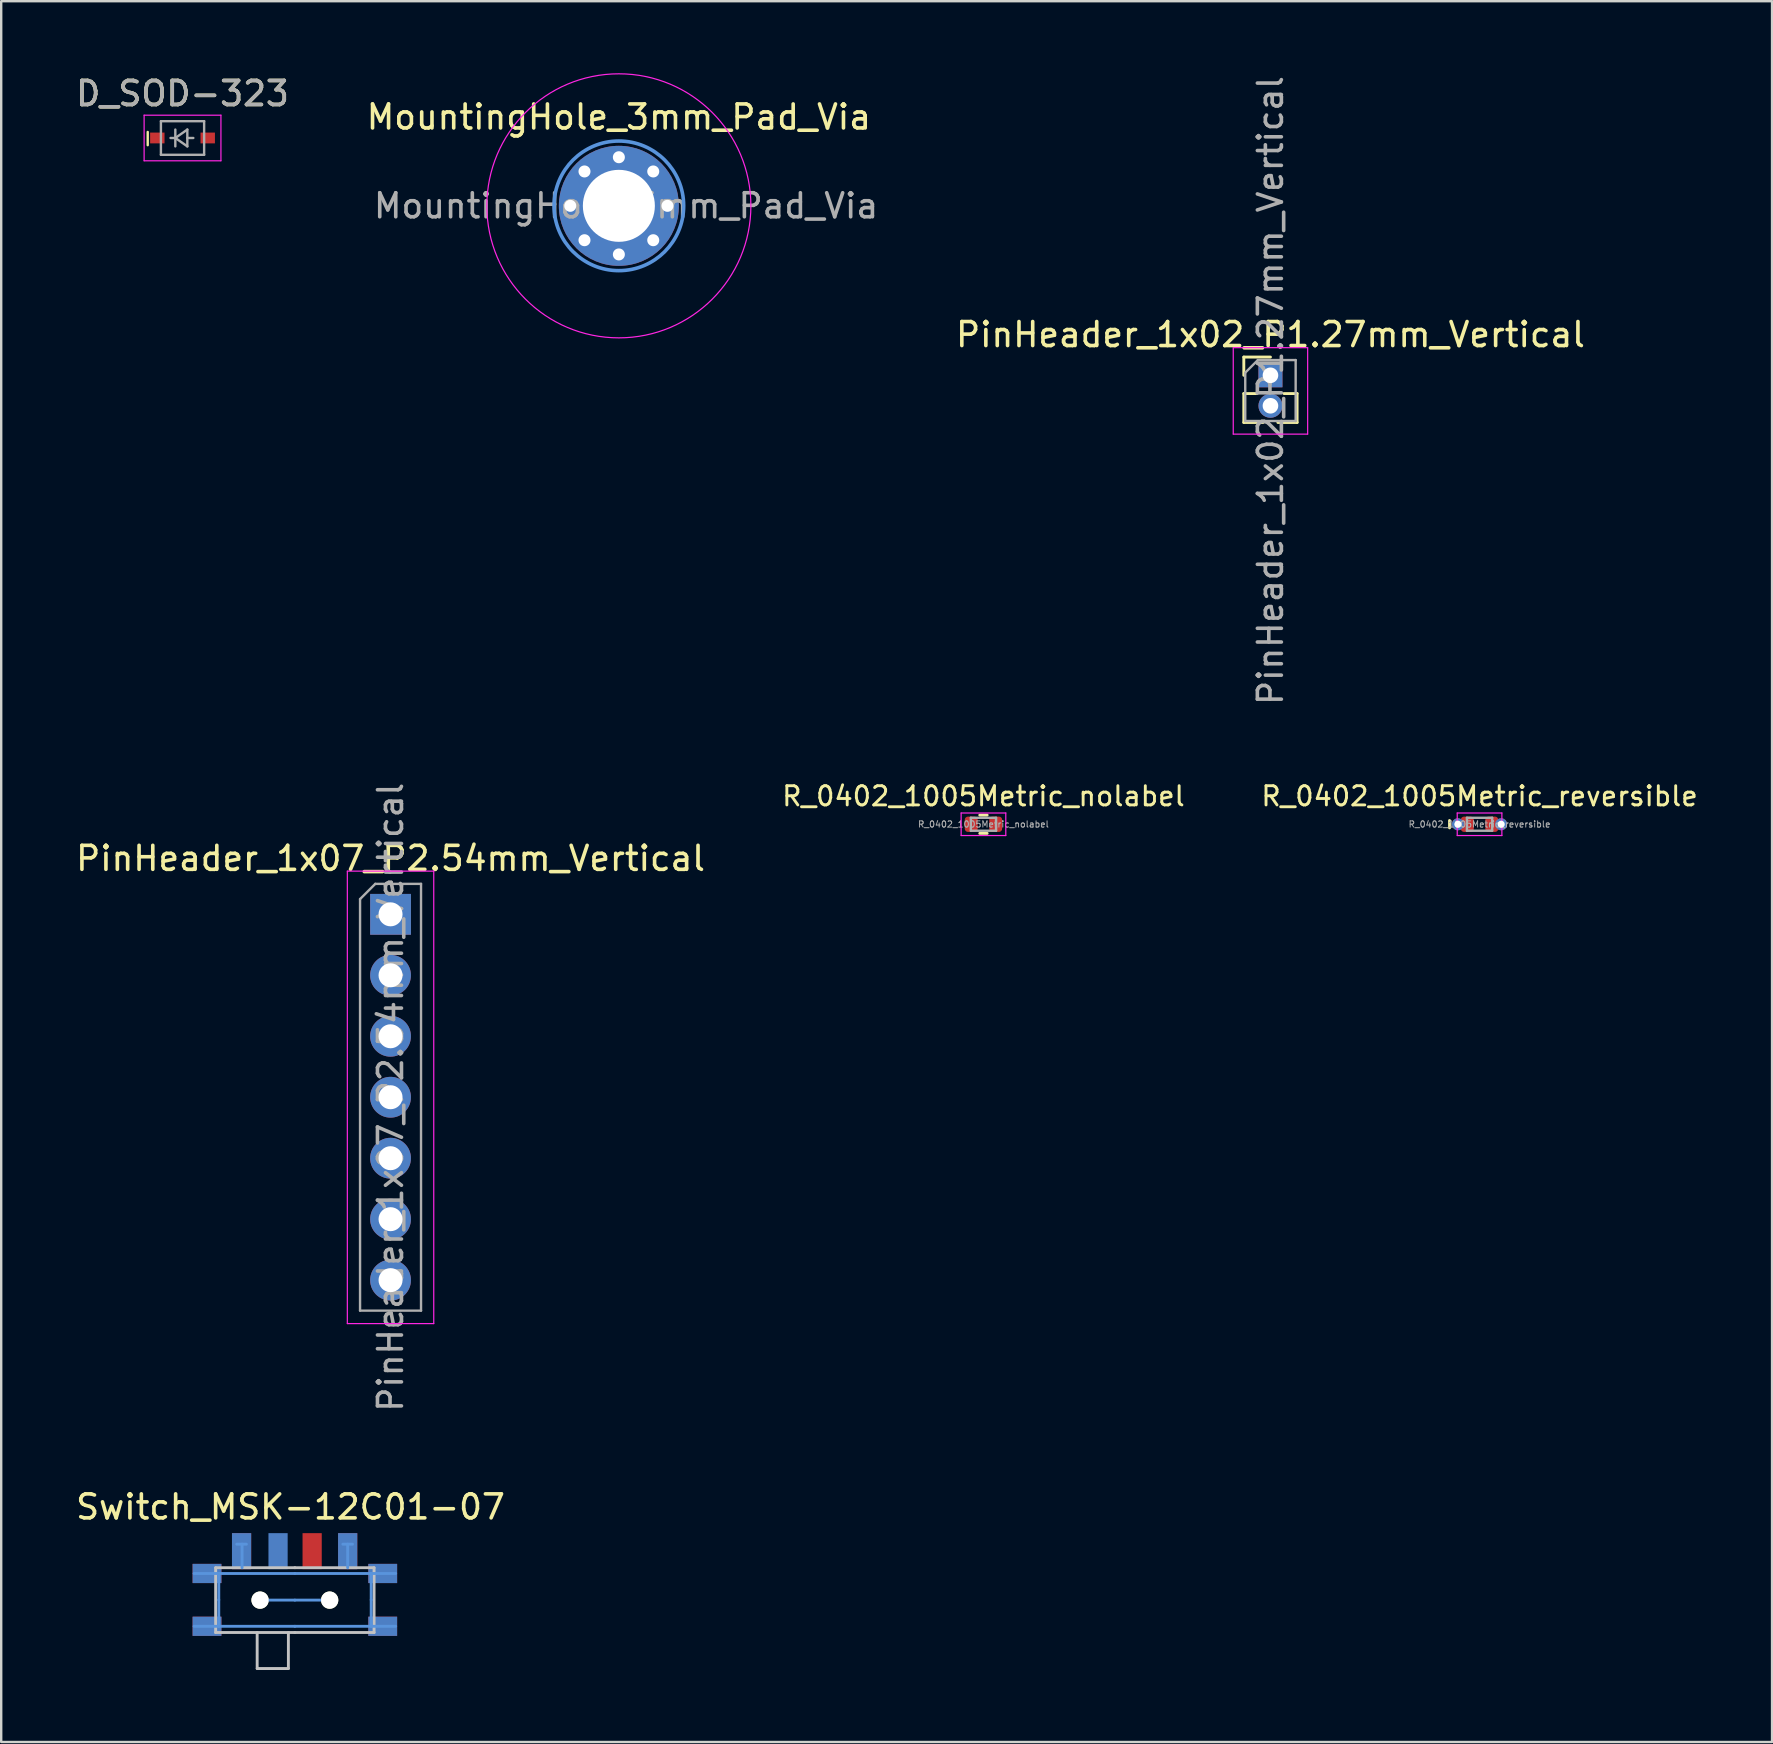
<source format=kicad_pcb>
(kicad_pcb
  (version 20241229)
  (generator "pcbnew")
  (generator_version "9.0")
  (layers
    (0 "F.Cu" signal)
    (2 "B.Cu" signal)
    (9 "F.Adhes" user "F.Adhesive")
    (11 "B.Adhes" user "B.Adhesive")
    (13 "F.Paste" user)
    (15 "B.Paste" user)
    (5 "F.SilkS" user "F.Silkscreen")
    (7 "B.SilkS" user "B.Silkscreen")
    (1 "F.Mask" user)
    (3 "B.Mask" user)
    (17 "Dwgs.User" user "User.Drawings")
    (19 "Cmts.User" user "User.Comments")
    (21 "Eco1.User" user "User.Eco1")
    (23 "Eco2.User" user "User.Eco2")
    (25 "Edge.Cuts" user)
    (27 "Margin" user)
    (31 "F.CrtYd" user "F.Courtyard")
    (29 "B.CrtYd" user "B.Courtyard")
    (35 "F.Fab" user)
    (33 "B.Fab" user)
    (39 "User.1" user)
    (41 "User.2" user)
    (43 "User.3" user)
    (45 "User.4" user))
  (footprint "R_0402_1005Metric_reversible"
    (layer "F.Cu")
    (at 58.588 31.289)
    (property "Reference" "R_0402_1005Metric_reversible" (at 0 -1.17 0) (layer "F.SilkS") (effects (font (size 0.8 0.8) (thickness 0.12))))
    (attr smd)
    (fp_line (start -1.25 0.15) (end -1.25 -0.157) (stroke (width 0.12) (type solid)) (layer "F.SilkS"))
    (fp_line (start -0.93 -0.47) (end 0.93 -0.47) (stroke (width 0.05) (type solid)) (layer "F.CrtYd"))
    (fp_line (start -0.93 0.47) (end -0.93 -0.47) (stroke (width 0.05) (type solid)) (layer "F.CrtYd"))
    (fp_line (start 0.93 -0.47) (end 0.93 0.47) (stroke (width 0.05) (type solid)) (layer "F.CrtYd"))
    (fp_line (start 0.93 0.47) (end -0.93 0.47) (stroke (width 0.05) (type solid)) (layer "F.CrtYd"))
    (fp_line (start -0.525 -0.27) (end 0.525 -0.27) (stroke (width 0.1) (type solid)) (layer "F.Fab"))
    (fp_line (start -0.525 0.27) (end -0.525 -0.27) (stroke (width 0.1) (type solid)) (layer "F.Fab"))
    (fp_line (start 0.525 -0.27) (end 0.525 0.27) (stroke (width 0.1) (type solid)) (layer "F.Fab"))
    (fp_line (start 0.525 0.27) (end -0.525 0.27) (stroke (width 0.1) (type solid)) (layer "F.Fab"))
    (fp_text user "${REFERENCE}" (at 0 0 0) (layer "F.Fab") (effects (font (size 0.26 0.26) (thickness 0.04))))
    (pad "1" thru_hole circle (at -0.9 0) (size 0.5 0.5) (drill 0.3) (layers "*.Cu" "*.Mask"))
    (pad "1" smd roundrect (at -0.51 0) (size 0.54 0.64) (layers "F.Cu" "F.Mask" "F.Paste") (roundrect_rratio 0.25))
    (pad "2" smd roundrect (at 0.51 0) (size 0.54 0.64) (layers "F.Cu" "F.Mask" "F.Paste") (roundrect_rratio 0.25))
    (pad "2" thru_hole circle (at 0.9 0) (size 0.5 0.5) (drill 0.3) (layers "*.Cu" "*.Mask")))
  (footprint "D_SOD-323"
    (layer "F.Cu")
    (at 4.554 2.698)
    (property "Reference" "D_SOD-323" (at 0 -1.85 0) (layer "F.SilkS") (effects (font (size 1 1) (thickness 0.15))))
    (attr smd)
    (fp_line (start -1.45 -0.25) (end -1.45 0.3) (stroke (width 0.1) (type default)) (layer "F.SilkS"))
    (fp_line (start -1.6 -0.95) (end -1.6 0.95) (stroke (width 0.05) (type solid)) (layer "F.CrtYd"))
    (fp_line (start -1.6 -0.95) (end 1.6 -0.95) (stroke (width 0.05) (type solid)) (layer "F.CrtYd"))
    (fp_line (start -1.6 0.95) (end 1.6 0.95) (stroke (width 0.05) (type solid)) (layer "F.CrtYd"))
    (fp_line (start 1.6 -0.95) (end 1.6 0.95) (stroke (width 0.05) (type solid)) (layer "F.CrtYd"))
    (fp_line (start -0.9 -0.7) (end 0.9 -0.7) (stroke (width 0.1) (type solid)) (layer "F.Fab"))
    (fp_line (start -0.9 0.7) (end -0.9 -0.7) (stroke (width 0.1) (type solid)) (layer "F.Fab"))
    (fp_line (start -0.3 -0.35) (end -0.3 0.35) (stroke (width 0.1) (type solid)) (layer "F.Fab"))
    (fp_line (start -0.3 0) (end -0.5 0) (stroke (width 0.1) (type solid)) (layer "F.Fab"))
    (fp_line (start -0.3 0) (end 0.2 -0.35) (stroke (width 0.1) (type solid)) (layer "F.Fab"))
    (fp_line (start 0.2 -0.35) (end 0.2 0.35) (stroke (width 0.1) (type solid)) (layer "F.Fab"))
    (fp_line (start 0.2 0) (end 0.45 0) (stroke (width 0.1) (type solid)) (layer "F.Fab"))
    (fp_line (start 0.2 0.35) (end -0.3 0) (stroke (width 0.1) (type solid)) (layer "F.Fab"))
    (fp_line (start 0.9 -0.7) (end 0.9 0.7) (stroke (width 0.1) (type solid)) (layer "F.Fab"))
    (fp_line (start 0.9 0.7) (end -0.9 0.7) (stroke (width 0.1) (type solid)) (layer "F.Fab"))
    (fp_text user "${REFERENCE}" (at 0 -1.85 0) (layer "F.Fab") (effects (font (size 1 1) (thickness 0.15))))
    (pad "1" smd rect (at -1.05 0) (size 0.6 0.45) (layers "F.Cu" "F.Mask" "F.Paste"))
    (pad "2" smd rect (at 1.05 0) (size 0.6 0.45) (layers "F.Cu" "F.Mask" "F.Paste")))
  (footprint "Switch_MSK-12C01-07"
    (layer "F.Cu")
    (at 9.234 63.611)
    (property "Reference" "Switch_MSK-12C01-07" (at -0.181 -3.882 0) (layer "F.SilkS") (effects (font (size 1 1) (thickness 0.15))))
    (attr through_hole)
    (fp_line (start -3.3 -1.35) (end -3.3 1.35) (stroke (width 0.12) (type solid)) (layer "Dwgs.User"))
    (fp_line (start -3.3 -1.35) (end 0 -1.35) (stroke (width 0.12) (type solid)) (layer "Dwgs.User"))
    (fp_line (start -3.3 1.35) (end 0 1.35) (stroke (width 0.12) (type solid)) (layer "Dwgs.User"))
    (fp_line (start -1.57 1.35) (end -1.57 2.85) (stroke (width 0.12) (type solid)) (layer "Dwgs.User"))
    (fp_line (start -1.57 2.85) (end -0.27 2.85) (stroke (width 0.12) (type solid)) (layer "Dwgs.User"))
    (fp_line (start -0.27 1.35) (end -0.27 2.85) (stroke (width 0.12) (type solid)) (layer "Dwgs.User"))
    (fp_line (start 0 -1.35) (end 3.3 -1.35) (stroke (width 0.12) (type solid)) (layer "Dwgs.User"))
    (fp_line (start 0 1.35) (end 3.3 1.35) (stroke (width 0.12) (type solid)) (layer "Dwgs.User"))
    (fp_line (start 3.3 -1.35) (end 3.3 1.35) (stroke (width 0.12) (type solid)) (layer "Dwgs.User"))
    (fp_line (start -4.2 -1.11) (end 0 -1.11) (stroke (width 0.12) (type solid)) (layer "Cmts.User"))
    (fp_line (start -4.2 1.09) (end 0 1.09) (stroke (width 0.12) (type solid)) (layer "Cmts.User"))
    (fp_line (start -3.17 -1.11) (end -3.17 -0.01) (stroke (width 0.12) (type solid)) (layer "Cmts.User"))
    (fp_line (start -3.17 -0.01) (end -3.17 1.09) (stroke (width 0.12) (type solid)) (layer "Cmts.User"))
    (fp_line (start -2.42 -2.33) (end -2.02 -2.33) (stroke (width 0.12) (type solid)) (layer "Cmts.User"))
    (fp_line (start -2.2 -2.33) (end -2.2 -1.35) (stroke (width 0.12) (type solid)) (layer "Cmts.User"))
    (fp_line (start -1.45 0) (end 0 0) (stroke (width 0.12) (type solid)) (layer "Cmts.User"))
    (fp_line (start 0 -1.11) (end 4.2 -1.11) (stroke (width 0.12) (type solid)) (layer "Cmts.User"))
    (fp_line (start 0 0) (end 1.45 0) (stroke (width 0.12) (type solid)) (layer "Cmts.User"))
    (fp_line (start 0 1.09) (end 4.2 1.09) (stroke (width 0.12) (type solid)) (layer "Cmts.User"))
    (fp_line (start 2 -2.33) (end 2.4 -2.33) (stroke (width 0.12) (type solid)) (layer "Cmts.User"))
    (fp_line (start 2.2 -2.33) (end 2.2 -1.35) (stroke (width 0.12) (type solid)) (layer "Cmts.User"))
    (fp_line (start 3.18 -1.11) (end 3.18 -0.01) (stroke (width 0.12) (type solid)) (layer "Cmts.User"))
    (fp_line (start 3.18 -0.01) (end 3.18 1.09) (stroke (width 0.12) (type solid)) (layer "Cmts.User"))
    (pad "" np_thru_hole circle (at -1.45 0) (size 0.72 0.72) (drill 0.72) (layers "*.Cu" "*.Mask" "F.SilkS"))
    (pad "" np_thru_hole circle (at 1.45 0) (size 0.72 0.72) (drill 0.72) (layers "*.Cu" "*.Mask" "F.SilkS"))
    (pad "1" smd rect (at -2.22 -2.04) (size 0.8 1.5) (layers "F.Cu" "F.Mask" "F.Paste"))
    (pad "1" smd rect (at 2.2 -2.04) (size 0.8 1.5) (layers "B.Cu" "B.Mask" "B.Paste"))
    (pad "2" smd rect (at -0.7 -2.04) (size 0.8 1.5) (layers "B.Cu" "B.Mask" "B.Paste"))
    (pad "2" smd rect (at 0.72 -2.04) (size 0.8 1.5) (layers "F.Cu" "F.Mask" "F.Paste"))
    (pad "3" smd rect (at -2.22 -2.04) (size 0.8 1.5) (layers "B.Cu" "B.Mask" "B.Paste"))
    (pad "3" smd rect (at 2.2 -2.04) (size 0.8 1.5) (layers "F.Cu" "F.Mask" "F.Paste"))
    (pad "4" smd rect (at -3.66 -1.11) (size 1.2 0.8) (layers "F.Cu" "F.Mask" "F.Paste"))
    (pad "4" smd rect (at -3.66 -1.11) (size 1.2 0.8) (layers "B.Cu" "B.Mask" "B.Paste"))
    (pad "4" smd rect (at -3.66 1.09) (size 1.2 0.8) (layers "F.Cu" "F.Mask" "F.Paste"))
    (pad "4" smd rect (at -3.66 1.09) (size 1.2 0.8) (layers "B.Cu" "B.Mask" "B.Paste"))
    (pad "4" smd rect (at 3.66 -1.11) (size 1.2 0.8) (layers "F.Cu" "F.Mask" "F.Paste"))
    (pad "4" smd rect (at 3.66 -1.11) (size 1.2 0.8) (layers "B.Cu" "B.Mask" "B.Paste"))
    (pad "4" smd rect (at 3.66 1.09) (size 1.2 0.8) (layers "F.Cu" "F.Mask" "F.Paste"))
    (pad "4" smd rect (at 3.66 1.09) (size 1.2 0.8) (layers "B.Cu" "B.Mask" "B.Paste")))
  (footprint "R_0402_1005Metric_nolabel"
    (layer "F.Cu")
    (at 37.921 31.289)
    (property "Reference" "R_0402_1005Metric_nolabel" (at 0 -1.17 0) (layer "F.SilkS") (effects (font (size 0.8 0.8) (thickness 0.12))))
    (attr smd)
    (fp_line (start -0.154 -0.38) (end 0.154 -0.38) (stroke (width 0.12) (type solid)) (layer "F.SilkS"))
    (fp_line (start -0.154 0.38) (end 0.154 0.38) (stroke (width 0.12) (type solid)) (layer "F.SilkS"))
    (fp_line (start -0.93 -0.47) (end 0.93 -0.47) (stroke (width 0.05) (type solid)) (layer "F.CrtYd"))
    (fp_line (start -0.93 0.47) (end -0.93 -0.47) (stroke (width 0.05) (type solid)) (layer "F.CrtYd"))
    (fp_line (start 0.93 -0.47) (end 0.93 0.47) (stroke (width 0.05) (type solid)) (layer "F.CrtYd"))
    (fp_line (start 0.93 0.47) (end -0.93 0.47) (stroke (width 0.05) (type solid)) (layer "F.CrtYd"))
    (fp_line (start -0.525 -0.27) (end 0.525 -0.27) (stroke (width 0.1) (type solid)) (layer "F.Fab"))
    (fp_line (start -0.525 0.27) (end -0.525 -0.27) (stroke (width 0.1) (type solid)) (layer "F.Fab"))
    (fp_line (start 0.525 -0.27) (end 0.525 0.27) (stroke (width 0.1) (type solid)) (layer "F.Fab"))
    (fp_line (start 0.525 0.27) (end -0.525 0.27) (stroke (width 0.1) (type solid)) (layer "F.Fab"))
    (fp_text user "${REFERENCE}" (at 0 0 0) (layer "F.Fab") (effects (font (size 0.26 0.26) (thickness 0.04))))
    (pad "1" smd roundrect (at -0.51 0) (size 0.54 0.64) (layers "F.Cu" "F.Mask" "F.Paste") (roundrect_rratio 0.25))
    (pad "2" smd roundrect (at 0.51 0) (size 0.54 0.64) (layers "F.Cu" "F.Mask" "F.Paste") (roundrect_rratio 0.25)))
  (footprint "PinHeader_1x07_P2.54mm_Vertical"
    (layer "F.Cu")
    (at 13.22 35.041)
    (property "Reference" "PinHeader_1x07_P2.54mm_Vertical" (at 0 -2.33 0) (layer "F.SilkS") (effects (font (size 1 1) (thickness 0.15))))
    (attr through_hole)
    (fp_line (start -1.8 -1.8) (end -1.8 17.05) (stroke (width 0.05) (type solid)) (layer "F.CrtYd"))
    (fp_line (start -1.8 17.05) (end 1.8 17.05) (stroke (width 0.05) (type solid)) (layer "F.CrtYd"))
    (fp_line (start 1.8 -1.8) (end -1.8 -1.8) (stroke (width 0.05) (type solid)) (layer "F.CrtYd"))
    (fp_line (start 1.8 17.05) (end 1.8 -1.8) (stroke (width 0.05) (type solid)) (layer "F.CrtYd"))
    (fp_line (start -1.27 -0.635) (end -0.635 -1.27) (stroke (width 0.1) (type solid)) (layer "F.Fab"))
    (fp_line (start -1.27 16.51) (end -1.27 -0.635) (stroke (width 0.1) (type solid)) (layer "F.Fab"))
    (fp_line (start -0.635 -1.27) (end 1.27 -1.27) (stroke (width 0.1) (type solid)) (layer "F.Fab"))
    (fp_line (start 1.27 -1.27) (end 1.27 16.51) (stroke (width 0.1) (type solid)) (layer "F.Fab"))
    (fp_line (start 1.27 16.51) (end -1.27 16.51) (stroke (width 0.1) (type solid)) (layer "F.Fab"))
    (fp_text user "${REFERENCE}" (at 0 7.62 90) (layer "F.Fab") (effects (font (size 1 1) (thickness 0.15))))
    (pad "1" thru_hole rect (at 0 0) (size 1.7 1.7) (drill 1) (layers "*.Cu" "*.Mask"))
    (pad "2" thru_hole oval (at 0 2.54) (size 1.7 1.7) (drill 1) (layers "*.Cu" "*.Mask"))
    (pad "3" thru_hole oval (at 0 5.08) (size 1.7 1.7) (drill 1) (layers "*.Cu" "*.Mask"))
    (pad "4" thru_hole oval (at 0 7.62) (size 1.7 1.7) (drill 1) (layers "*.Cu" "*.Mask"))
    (pad "5" thru_hole oval (at 0 10.16) (size 1.7 1.7) (drill 1) (layers "*.Cu" "*.Mask"))
    (pad "6" thru_hole oval (at 0 12.7) (size 1.7 1.7) (drill 1) (layers "*.Cu" "*.Mask"))
    (pad "7" thru_hole oval (at 0 15.24) (size 1.7 1.7) (drill 1) (layers "*.Cu" "*.Mask")))
  (footprint "MountingHole_3mm_Pad_Via"
    (layer "F.Cu")
    (at 22.732 5.525)
    (property "Reference" "MountingHole_3mm_Pad_Via" (at 0 -3.7 0) (layer "F.SilkS") (effects (font (size 1 1) (thickness 0.15))))
    (attr exclude_from_pos_files exclude_from_bom)
    (fp_circle (center 0 0) (end 2.7 0) (stroke (width 0.15) (type solid)) (fill no) (layer "Cmts.User"))
    (fp_circle (center 0 0) (end 5.5 0) (stroke (width 0.05) (type solid)) (fill no) (layer "F.CrtYd"))
    (fp_text user "${REFERENCE}" (at 0.3 0 0) (layer "F.Fab") (effects (font (size 1 1) (thickness 0.15))))
    (pad "1" thru_hole circle (at -2.025 0) (size 0.8 0.8) (drill 0.5) (layers "*.Cu" "*.Mask"))
    (pad "1" thru_hole circle (at -1.432 -1.432) (size 0.8 0.8) (drill 0.5) (layers "*.Cu" "*.Mask"))
    (pad "1" thru_hole circle (at -1.432 1.432) (size 0.8 0.8) (drill 0.5) (layers "*.Cu" "*.Mask"))
    (pad "1" thru_hole circle (at 0 -2.025) (size 0.8 0.8) (drill 0.5) (layers "*.Cu" "*.Mask"))
    (pad "1" thru_hole circle (at 0 0) (size 5 5) (drill 3) (layers "*.Cu" "*.Mask"))
    (pad "1" thru_hole circle (at 0 2.025) (size 0.8 0.8) (drill 0.5) (layers "*.Cu" "*.Mask"))
    (pad "1" thru_hole circle (at 1.432 -1.432) (size 0.8 0.8) (drill 0.5) (layers "*.Cu" "*.Mask"))
    (pad "1" thru_hole circle (at 1.432 1.432) (size 0.8 0.8) (drill 0.5) (layers "*.Cu" "*.Mask"))
    (pad "1" thru_hole circle (at 2.025 0) (size 0.8 0.8) (drill 0.5) (layers "*.Cu" "*.Mask")))
  (footprint "PinHeader_1x02_P1.27mm_Vertical"
    (layer "F.Cu")
    (at 49.877 12.585)
    (property "Reference" "PinHeader_1x02_P1.27mm_Vertical" (at 0 -1.695 0) (layer "F.SilkS") (effects (font (size 1 1) (thickness 0.15))))
    (attr through_hole)
    (fp_line (start -1.11 -0.76) (end 0 -0.76) (stroke (width 0.12) (type solid)) (layer "F.SilkS"))
    (fp_line (start -1.11 0) (end -1.11 -0.76) (stroke (width 0.12) (type solid)) (layer "F.SilkS"))
    (fp_line (start -1.11 0.76) (end -1.11 1.965) (stroke (width 0.12) (type solid)) (layer "F.SilkS"))
    (fp_line (start -1.11 0.76) (end -0.563 0.76) (stroke (width 0.12) (type solid)) (layer "F.SilkS"))
    (fp_line (start -1.11 1.965) (end -0.308 1.965) (stroke (width 0.12) (type solid)) (layer "F.SilkS"))
    (fp_line (start 0.308 1.965) (end 1.11 1.965) (stroke (width 0.12) (type solid)) (layer "F.SilkS"))
    (fp_line (start 0.563 0.76) (end 1.11 0.76) (stroke (width 0.12) (type solid)) (layer "F.SilkS"))
    (fp_line (start 1.11 0.76) (end 1.11 1.965) (stroke (width 0.12) (type solid)) (layer "F.SilkS"))
    (fp_line (start -1.55 -1.15) (end -1.55 2.45) (stroke (width 0.05) (type solid)) (layer "F.CrtYd"))
    (fp_line (start -1.55 2.45) (end 1.55 2.45) (stroke (width 0.05) (type solid)) (layer "F.CrtYd"))
    (fp_line (start 1.55 -1.15) (end -1.55 -1.15) (stroke (width 0.05) (type solid)) (layer "F.CrtYd"))
    (fp_line (start 1.55 2.45) (end 1.55 -1.15) (stroke (width 0.05) (type solid)) (layer "F.CrtYd"))
    (fp_line (start -1.05 -0.11) (end -0.525 -0.635) (stroke (width 0.1) (type solid)) (layer "F.Fab"))
    (fp_line (start -1.05 1.905) (end -1.05 -0.11) (stroke (width 0.1) (type solid)) (layer "F.Fab"))
    (fp_line (start -0.525 -0.635) (end 1.05 -0.635) (stroke (width 0.1) (type solid)) (layer "F.Fab"))
    (fp_line (start 1.05 -0.635) (end 1.05 1.905) (stroke (width 0.1) (type solid)) (layer "F.Fab"))
    (fp_line (start 1.05 1.905) (end -1.05 1.905) (stroke (width 0.1) (type solid)) (layer "F.Fab"))
    (fp_text user "${REFERENCE}" (at 0 0.635 90) (layer "F.Fab") (effects (font (size 1 1) (thickness 0.15))))
    (pad "1" thru_hole rect (at 0 0) (size 1 1) (drill 0.65) (layers "*.Cu" "*.Mask"))
    (pad "2" thru_hole oval (at 0 1.27) (size 1 1) (drill 0.65) (layers "*.Cu" "*.Mask")))
  (gr_rect
    (start -3 -3)
    (end 70.774 69.521)
    (stroke (width 0.1) (type default))
    (fill no)
    (layer "Edge.Cuts")))
</source>
